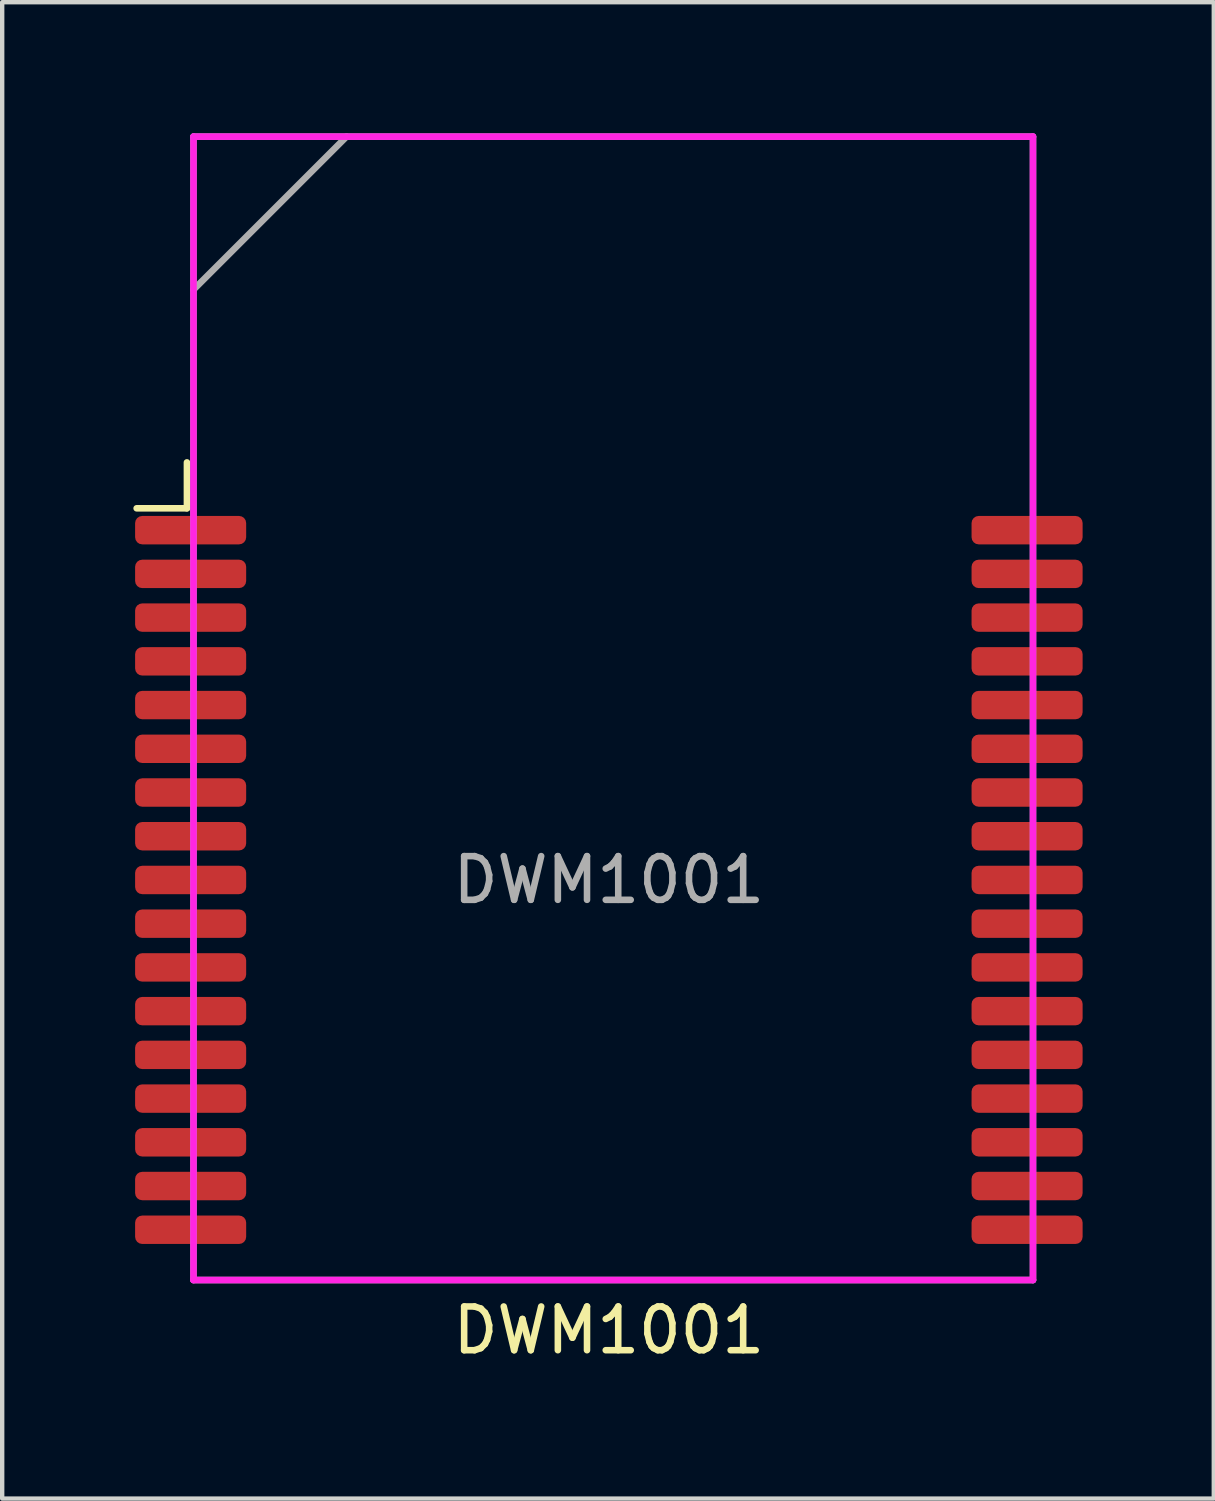
<source format=kicad_pcb>
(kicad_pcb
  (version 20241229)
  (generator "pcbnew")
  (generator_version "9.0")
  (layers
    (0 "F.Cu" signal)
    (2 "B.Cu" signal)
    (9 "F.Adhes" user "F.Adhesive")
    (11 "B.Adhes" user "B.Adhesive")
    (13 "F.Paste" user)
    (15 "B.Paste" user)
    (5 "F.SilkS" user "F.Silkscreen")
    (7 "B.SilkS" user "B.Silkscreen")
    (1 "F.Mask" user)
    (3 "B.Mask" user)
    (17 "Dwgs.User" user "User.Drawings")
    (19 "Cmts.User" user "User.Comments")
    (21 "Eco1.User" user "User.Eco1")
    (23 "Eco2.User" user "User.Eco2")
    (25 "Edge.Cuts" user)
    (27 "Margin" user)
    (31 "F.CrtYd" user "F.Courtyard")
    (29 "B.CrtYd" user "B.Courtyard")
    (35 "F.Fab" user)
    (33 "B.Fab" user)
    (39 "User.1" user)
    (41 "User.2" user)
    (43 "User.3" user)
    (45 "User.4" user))
  (footprint "DWM1001"
    (layer "F.Cu")
    (at 10.875 17.075)
    (property "Reference" "DWM1001" (at 0 10.3 0) (layer "F.SilkS") (effects (font (size 1 1) (thickness 0.15))))
    (attr through_hole)
    (fp_line (start -10.8 -8.5) (end -9.65 -8.5) (stroke (width 0.15) (type solid)) (layer "F.SilkS"))
    (fp_line (start -9.65 -8.5) (end -9.65 -9.55) (stroke (width 0.15) (type solid)) (layer "F.SilkS"))
    (fp_line (start -9.5 -17) (end -9.5 9.15) (stroke (width 0.15) (type solid)) (layer "F.CrtYd"))
    (fp_line (start -9.5 9.15) (end 9.7 9.15) (stroke (width 0.15) (type solid)) (layer "F.CrtYd"))
    (fp_line (start 9.7 -17) (end -9.5 -17) (stroke (width 0.15) (type solid)) (layer "F.CrtYd"))
    (fp_line (start 9.7 9.15) (end 9.7 -17) (stroke (width 0.15) (type solid)) (layer "F.CrtYd"))
    (fp_line (start -9.5 -17) (end -9.5 9.15) (stroke (width 0.15) (type solid)) (layer "F.Fab"))
    (fp_line (start -9.5 -13.5) (end -6 -17) (stroke (width 0.15) (type solid)) (layer "F.Fab"))
    (fp_line (start -9.5 9.15) (end 9.7 9.15) (stroke (width 0.15) (type solid)) (layer "F.Fab"))
    (fp_line (start 9.7 -17) (end -9.5 -17) (stroke (width 0.15) (type solid)) (layer "F.Fab"))
    (fp_line (start 9.7 9.15) (end 9.7 -17) (stroke (width 0.15) (type solid)) (layer "F.Fab"))
    (fp_text user "${REFERENCE}" (at 0 0 0) (layer "F.Fab") (effects (font (size 1 1) (thickness 0.15))))
    (pad "1" smd roundrect (at -9.565 -8) (size 2.54 0.65) (layers "F.Cu" "F.Mask" "F.Paste") (roundrect_rratio 0.25))
    (pad "2" smd roundrect (at -9.565 -7) (size 2.54 0.65) (layers "F.Cu" "F.Mask" "F.Paste") (roundrect_rratio 0.25))
    (pad "3" smd roundrect (at -9.565 -6) (size 2.54 0.65) (layers "F.Cu" "F.Mask" "F.Paste") (roundrect_rratio 0.25))
    (pad "4" smd roundrect (at -9.565 -5) (size 2.54 0.65) (layers "F.Cu" "F.Mask" "F.Paste") (roundrect_rratio 0.25))
    (pad "5" smd roundrect (at -9.565 -4) (size 2.54 0.65) (layers "F.Cu" "F.Mask" "F.Paste") (roundrect_rratio 0.25))
    (pad "6" smd roundrect (at -9.565 -3) (size 2.54 0.65) (layers "F.Cu" "F.Mask" "F.Paste") (roundrect_rratio 0.25))
    (pad "7" smd roundrect (at -9.565 -2) (size 2.54 0.65) (layers "F.Cu" "F.Mask" "F.Paste") (roundrect_rratio 0.25))
    (pad "8" smd roundrect (at -9.565 -1) (size 2.54 0.65) (layers "F.Cu" "F.Mask" "F.Paste") (roundrect_rratio 0.25))
    (pad "9" smd roundrect (at -9.565 0) (size 2.54 0.65) (layers "F.Cu" "F.Mask" "F.Paste") (roundrect_rratio 0.25))
    (pad "10" smd roundrect (at -9.565 1) (size 2.54 0.65) (layers "F.Cu" "F.Mask" "F.Paste") (roundrect_rratio 0.25))
    (pad "11" smd roundrect (at -9.565 2) (size 2.54 0.65) (layers "F.Cu" "F.Mask" "F.Paste") (roundrect_rratio 0.25))
    (pad "12" smd roundrect (at -9.565 3) (size 2.54 0.65) (layers "F.Cu" "F.Mask" "F.Paste") (roundrect_rratio 0.25))
    (pad "13" smd roundrect (at -9.565 4) (size 2.54 0.65) (layers "F.Cu" "F.Mask" "F.Paste") (roundrect_rratio 0.25))
    (pad "14" smd roundrect (at -9.565 5) (size 2.54 0.65) (layers "F.Cu" "F.Mask" "F.Paste") (roundrect_rratio 0.25))
    (pad "15" smd roundrect (at -9.565 6) (size 2.54 0.65) (layers "F.Cu" "F.Mask" "F.Paste") (roundrect_rratio 0.25))
    (pad "16" smd roundrect (at -9.565 7) (size 2.54 0.65) (layers "F.Cu" "F.Mask" "F.Paste") (roundrect_rratio 0.25))
    (pad "17" smd roundrect (at -9.565 8) (size 2.54 0.65) (layers "F.Cu" "F.Mask" "F.Paste") (roundrect_rratio 0.25))
    (pad "18" smd roundrect (at 9.565 8) (size 2.54 0.65) (layers "F.Cu" "F.Mask" "F.Paste") (roundrect_rratio 0.25))
    (pad "19" smd roundrect (at 9.565 7) (size 2.54 0.65) (layers "F.Cu" "F.Mask" "F.Paste") (roundrect_rratio 0.25))
    (pad "20" smd roundrect (at 9.565 6) (size 2.54 0.65) (layers "F.Cu" "F.Mask" "F.Paste") (roundrect_rratio 0.25))
    (pad "21" smd roundrect (at 9.565 5) (size 2.54 0.65) (layers "F.Cu" "F.Mask" "F.Paste") (roundrect_rratio 0.25))
    (pad "22" smd roundrect (at 9.565 4) (size 2.54 0.65) (layers "F.Cu" "F.Mask" "F.Paste") (roundrect_rratio 0.25))
    (pad "23" smd roundrect (at 9.565 3) (size 2.54 0.65) (layers "F.Cu" "F.Mask" "F.Paste") (roundrect_rratio 0.25))
    (pad "24" smd roundrect (at 9.565 2) (size 2.54 0.65) (layers "F.Cu" "F.Mask" "F.Paste") (roundrect_rratio 0.25))
    (pad "25" smd roundrect (at 9.565 1) (size 2.54 0.65) (layers "F.Cu" "F.Mask" "F.Paste") (roundrect_rratio 0.25))
    (pad "26" smd roundrect (at 9.565 0) (size 2.54 0.65) (layers "F.Cu" "F.Mask" "F.Paste") (roundrect_rratio 0.25))
    (pad "27" smd roundrect (at 9.565 -1) (size 2.54 0.65) (layers "F.Cu" "F.Mask" "F.Paste") (roundrect_rratio 0.25))
    (pad "28" smd roundrect (at 9.565 -2) (size 2.54 0.65) (layers "F.Cu" "F.Mask" "F.Paste") (roundrect_rratio 0.25))
    (pad "29" smd roundrect (at 9.565 -3) (size 2.54 0.65) (layers "F.Cu" "F.Mask" "F.Paste") (roundrect_rratio 0.25))
    (pad "30" smd roundrect (at 9.565 -4) (size 2.54 0.65) (layers "F.Cu" "F.Mask" "F.Paste") (roundrect_rratio 0.25))
    (pad "31" smd roundrect (at 9.565 -5) (size 2.54 0.65) (layers "F.Cu" "F.Mask" "F.Paste") (roundrect_rratio 0.25))
    (pad "32" smd roundrect (at 9.565 -6) (size 2.54 0.65) (layers "F.Cu" "F.Mask" "F.Paste") (roundrect_rratio 0.25))
    (pad "33" smd roundrect (at 9.565 -7) (size 2.54 0.65) (layers "F.Cu" "F.Mask" "F.Paste") (roundrect_rratio 0.25))
    (pad "34" smd roundrect (at 9.565 -8) (size 2.54 0.65) (layers "F.Cu" "F.Mask" "F.Paste") (roundrect_rratio 0.25)))
  (gr_rect
    (start -3 -3)
    (end 24.71 31.223)
    (stroke (width 0.1) (type default))
    (fill no)
    (layer "Edge.Cuts")))
</source>
